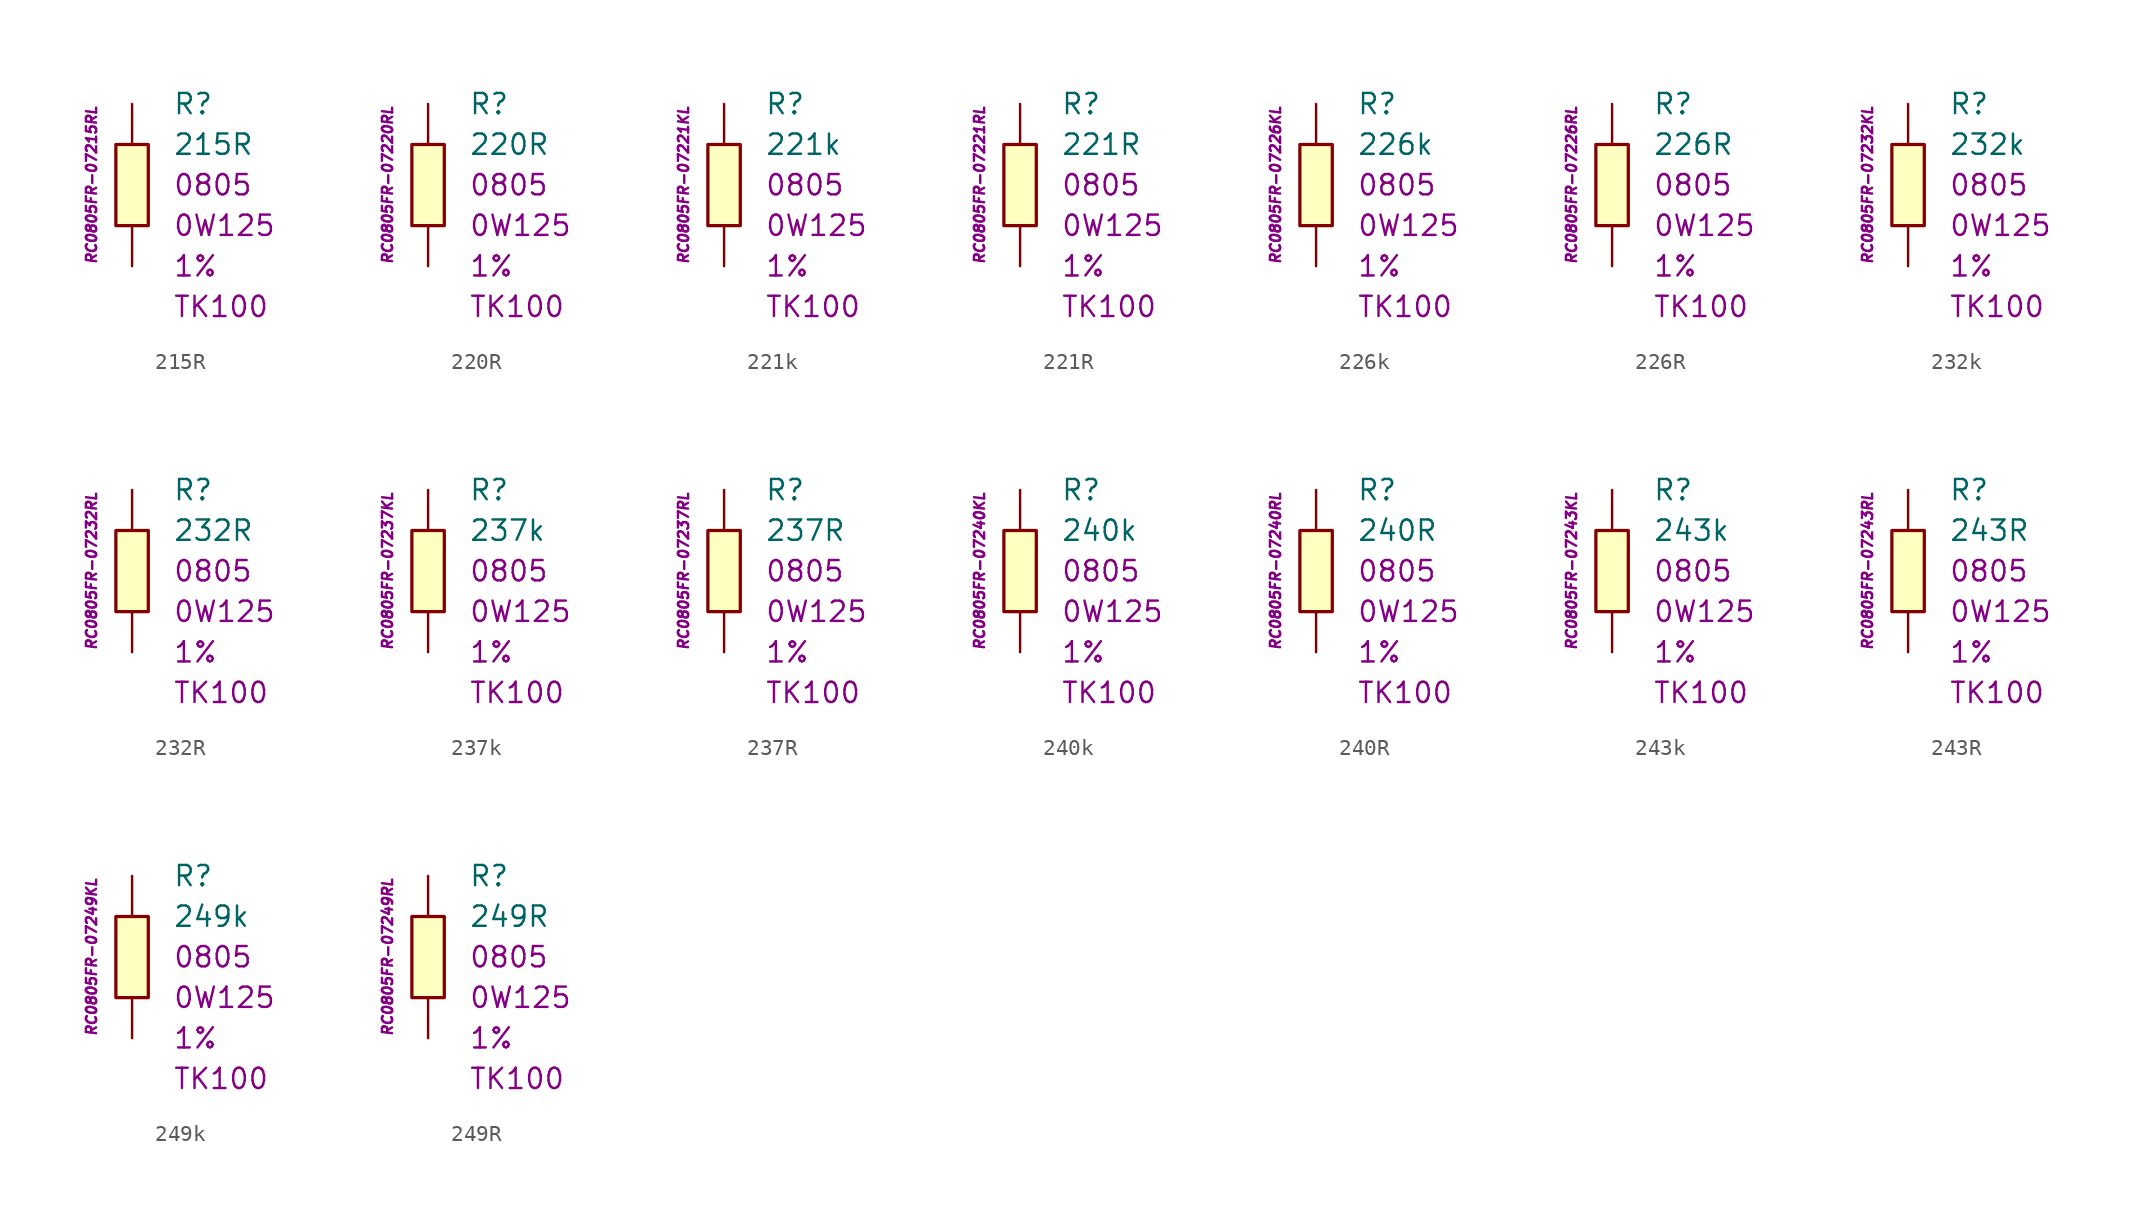
<source format=kicad_sym>
(kicad_symbol_lib
  (version 20201005)
  (generator kicad_symbol_editor)
  (symbol "215R"
    (pin_numbers hide)
    (pin_names
      (offset 1.016) hide)
    (property "Reference" "R"
      (at 2.54 5.08 0)
      (effects (font (size 1.27 1.27)) (justify left)))
    (property "Value" "215R"
      (at 2.54 2.54 0)
      (effects (font (size 1.27 1.27)) (justify left)))
    (property "Package" "0805"
      (at 2.54 0 0)
      (effects (font (size 1.27 1.27)) (justify left)))
    (property "Power" "0W125"
      (at 2.54 -2.54 0)
      (effects (font (size 1.27 1.27)) (justify left)))
    (property "Tolerance" "1%"
      (at 2.54 -5.08 0)
      (effects (font (size 1.27 1.27)) (justify left)))
    (property "TK" "TK100"
      (at 2.54 -7.62 0)
      (effects (font (size 1.27 1.27)) (justify left)))
    (property "ID" "RC0805FR-07215RL"
      (at -2.54 0 90)
      (effects (font (size 0.635 0.635) italic)))
    (symbol "215R_0_1"
      (rectangle (start -1.016 2.54) (end 1.016 -2.54) (stroke (width 0.203)) (fill (type background))))
    (symbol "215R_1_1"
      (pin passive line (at 0 5.08 270) (length 2.54) (name "~" (effects (font (size 1.778 1.778)))) (number "1" (effects (font (size 1.778 1.778)))))
      (pin passive line (at 0 -5.08 90) (length 2.54) (name "~" (effects (font (size 1.778 1.778)))) (number "2" (effects (font (size 1.778 1.778)))))))
  (symbol "220R"
    (pin_numbers hide)
    (pin_names
      (offset 1.016) hide)
    (property "Reference" "R"
      (at 2.54 5.08 0)
      (effects (font (size 1.27 1.27)) (justify left)))
    (property "Value" "220R"
      (at 2.54 2.54 0)
      (effects (font (size 1.27 1.27)) (justify left)))
    (property "Package" "0805"
      (at 2.54 0 0)
      (effects (font (size 1.27 1.27)) (justify left)))
    (property "Power" "0W125"
      (at 2.54 -2.54 0)
      (effects (font (size 1.27 1.27)) (justify left)))
    (property "Tolerance" "1%"
      (at 2.54 -5.08 0)
      (effects (font (size 1.27 1.27)) (justify left)))
    (property "TK" "TK100"
      (at 2.54 -7.62 0)
      (effects (font (size 1.27 1.27)) (justify left)))
    (property "ID" "RC0805FR-07220RL"
      (at -2.54 0 90)
      (effects (font (size 0.635 0.635) italic)))
    (symbol "220R_0_1"
      (rectangle (start -1.016 2.54) (end 1.016 -2.54) (stroke (width 0.203)) (fill (type background))))
    (symbol "220R_1_1"
      (pin passive line (at 0 5.08 270) (length 2.54) (name "~" (effects (font (size 1.778 1.778)))) (number "1" (effects (font (size 1.778 1.778)))))
      (pin passive line (at 0 -5.08 90) (length 2.54) (name "~" (effects (font (size 1.778 1.778)))) (number "2" (effects (font (size 1.778 1.778)))))))
  (symbol "221k"
    (pin_numbers hide)
    (pin_names
      (offset 1.016) hide)
    (property "Reference" "R"
      (at 2.54 5.08 0)
      (effects (font (size 1.27 1.27)) (justify left)))
    (property "Value" "221k"
      (at 2.54 2.54 0)
      (effects (font (size 1.27 1.27)) (justify left)))
    (property "Package" "0805"
      (at 2.54 0 0)
      (effects (font (size 1.27 1.27)) (justify left)))
    (property "Power" "0W125"
      (at 2.54 -2.54 0)
      (effects (font (size 1.27 1.27)) (justify left)))
    (property "Tolerance" "1%"
      (at 2.54 -5.08 0)
      (effects (font (size 1.27 1.27)) (justify left)))
    (property "TK" "TK100"
      (at 2.54 -7.62 0)
      (effects (font (size 1.27 1.27)) (justify left)))
    (property "ID" "RC0805FR-07221KL"
      (at -2.54 0 90)
      (effects (font (size 0.635 0.635) italic)))
    (symbol "221k_0_1"
      (rectangle (start -1.016 2.54) (end 1.016 -2.54) (stroke (width 0.203)) (fill (type background))))
    (symbol "221k_1_1"
      (pin passive line (at 0 5.08 270) (length 2.54) (name "~" (effects (font (size 1.778 1.778)))) (number "1" (effects (font (size 1.778 1.778)))))
      (pin passive line (at 0 -5.08 90) (length 2.54) (name "~" (effects (font (size 1.778 1.778)))) (number "2" (effects (font (size 1.778 1.778)))))))
  (symbol "221R"
    (pin_numbers hide)
    (pin_names
      (offset 1.016) hide)
    (property "Reference" "R"
      (at 2.54 5.08 0)
      (effects (font (size 1.27 1.27)) (justify left)))
    (property "Value" "221R"
      (at 2.54 2.54 0)
      (effects (font (size 1.27 1.27)) (justify left)))
    (property "Package" "0805"
      (at 2.54 0 0)
      (effects (font (size 1.27 1.27)) (justify left)))
    (property "Power" "0W125"
      (at 2.54 -2.54 0)
      (effects (font (size 1.27 1.27)) (justify left)))
    (property "Tolerance" "1%"
      (at 2.54 -5.08 0)
      (effects (font (size 1.27 1.27)) (justify left)))
    (property "TK" "TK100"
      (at 2.54 -7.62 0)
      (effects (font (size 1.27 1.27)) (justify left)))
    (property "ID" "RC0805FR-07221RL"
      (at -2.54 0 90)
      (effects (font (size 0.635 0.635) italic)))
    (symbol "221R_0_1"
      (rectangle (start -1.016 2.54) (end 1.016 -2.54) (stroke (width 0.203)) (fill (type background))))
    (symbol "221R_1_1"
      (pin passive line (at 0 5.08 270) (length 2.54) (name "~" (effects (font (size 1.778 1.778)))) (number "1" (effects (font (size 1.778 1.778)))))
      (pin passive line (at 0 -5.08 90) (length 2.54) (name "~" (effects (font (size 1.778 1.778)))) (number "2" (effects (font (size 1.778 1.778)))))))
  (symbol "226k"
    (pin_numbers hide)
    (pin_names
      (offset 1.016) hide)
    (property "Reference" "R"
      (at 2.54 5.08 0)
      (effects (font (size 1.27 1.27)) (justify left)))
    (property "Value" "226k"
      (at 2.54 2.54 0)
      (effects (font (size 1.27 1.27)) (justify left)))
    (property "Package" "0805"
      (at 2.54 0 0)
      (effects (font (size 1.27 1.27)) (justify left)))
    (property "Power" "0W125"
      (at 2.54 -2.54 0)
      (effects (font (size 1.27 1.27)) (justify left)))
    (property "Tolerance" "1%"
      (at 2.54 -5.08 0)
      (effects (font (size 1.27 1.27)) (justify left)))
    (property "TK" "TK100"
      (at 2.54 -7.62 0)
      (effects (font (size 1.27 1.27)) (justify left)))
    (property "ID" "RC0805FR-07226KL"
      (at -2.54 0 90)
      (effects (font (size 0.635 0.635) italic)))
    (symbol "226k_0_1"
      (rectangle (start -1.016 2.54) (end 1.016 -2.54) (stroke (width 0.203)) (fill (type background))))
    (symbol "226k_1_1"
      (pin passive line (at 0 5.08 270) (length 2.54) (name "~" (effects (font (size 1.778 1.778)))) (number "1" (effects (font (size 1.778 1.778)))))
      (pin passive line (at 0 -5.08 90) (length 2.54) (name "~" (effects (font (size 1.778 1.778)))) (number "2" (effects (font (size 1.778 1.778)))))))
  (symbol "226R"
    (pin_numbers hide)
    (pin_names
      (offset 1.016) hide)
    (property "Reference" "R"
      (at 2.54 5.08 0)
      (effects (font (size 1.27 1.27)) (justify left)))
    (property "Value" "226R"
      (at 2.54 2.54 0)
      (effects (font (size 1.27 1.27)) (justify left)))
    (property "Package" "0805"
      (at 2.54 0 0)
      (effects (font (size 1.27 1.27)) (justify left)))
    (property "Power" "0W125"
      (at 2.54 -2.54 0)
      (effects (font (size 1.27 1.27)) (justify left)))
    (property "Tolerance" "1%"
      (at 2.54 -5.08 0)
      (effects (font (size 1.27 1.27)) (justify left)))
    (property "TK" "TK100"
      (at 2.54 -7.62 0)
      (effects (font (size 1.27 1.27)) (justify left)))
    (property "ID" "RC0805FR-07226RL"
      (at -2.54 0 90)
      (effects (font (size 0.635 0.635) italic)))
    (symbol "226R_0_1"
      (rectangle (start -1.016 2.54) (end 1.016 -2.54) (stroke (width 0.203)) (fill (type background))))
    (symbol "226R_1_1"
      (pin passive line (at 0 5.08 270) (length 2.54) (name "~" (effects (font (size 1.778 1.778)))) (number "1" (effects (font (size 1.778 1.778)))))
      (pin passive line (at 0 -5.08 90) (length 2.54) (name "~" (effects (font (size 1.778 1.778)))) (number "2" (effects (font (size 1.778 1.778)))))))
  (symbol "232k"
    (pin_numbers hide)
    (pin_names
      (offset 1.016) hide)
    (property "Reference" "R"
      (at 2.54 5.08 0)
      (effects (font (size 1.27 1.27)) (justify left)))
    (property "Value" "232k"
      (at 2.54 2.54 0)
      (effects (font (size 1.27 1.27)) (justify left)))
    (property "Package" "0805"
      (at 2.54 0 0)
      (effects (font (size 1.27 1.27)) (justify left)))
    (property "Power" "0W125"
      (at 2.54 -2.54 0)
      (effects (font (size 1.27 1.27)) (justify left)))
    (property "Tolerance" "1%"
      (at 2.54 -5.08 0)
      (effects (font (size 1.27 1.27)) (justify left)))
    (property "TK" "TK100"
      (at 2.54 -7.62 0)
      (effects (font (size 1.27 1.27)) (justify left)))
    (property "ID" "RC0805FR-07232KL"
      (at -2.54 0 90)
      (effects (font (size 0.635 0.635) italic)))
    (symbol "232k_0_1"
      (rectangle (start -1.016 2.54) (end 1.016 -2.54) (stroke (width 0.203)) (fill (type background))))
    (symbol "232k_1_1"
      (pin passive line (at 0 5.08 270) (length 2.54) (name "~" (effects (font (size 1.778 1.778)))) (number "1" (effects (font (size 1.778 1.778)))))
      (pin passive line (at 0 -5.08 90) (length 2.54) (name "~" (effects (font (size 1.778 1.778)))) (number "2" (effects (font (size 1.778 1.778)))))))
  (symbol "232R"
    (pin_numbers hide)
    (pin_names
      (offset 1.016) hide)
    (property "Reference" "R"
      (at 2.54 5.08 0)
      (effects (font (size 1.27 1.27)) (justify left)))
    (property "Value" "232R"
      (at 2.54 2.54 0)
      (effects (font (size 1.27 1.27)) (justify left)))
    (property "Package" "0805"
      (at 2.54 0 0)
      (effects (font (size 1.27 1.27)) (justify left)))
    (property "Power" "0W125"
      (at 2.54 -2.54 0)
      (effects (font (size 1.27 1.27)) (justify left)))
    (property "Tolerance" "1%"
      (at 2.54 -5.08 0)
      (effects (font (size 1.27 1.27)) (justify left)))
    (property "TK" "TK100"
      (at 2.54 -7.62 0)
      (effects (font (size 1.27 1.27)) (justify left)))
    (property "ID" "RC0805FR-07232RL"
      (at -2.54 0 90)
      (effects (font (size 0.635 0.635) italic)))
    (symbol "232R_0_1"
      (rectangle (start -1.016 2.54) (end 1.016 -2.54) (stroke (width 0.203)) (fill (type background))))
    (symbol "232R_1_1"
      (pin passive line (at 0 5.08 270) (length 2.54) (name "~" (effects (font (size 1.778 1.778)))) (number "1" (effects (font (size 1.778 1.778)))))
      (pin passive line (at 0 -5.08 90) (length 2.54) (name "~" (effects (font (size 1.778 1.778)))) (number "2" (effects (font (size 1.778 1.778)))))))
  (symbol "237k"
    (pin_numbers hide)
    (pin_names
      (offset 1.016) hide)
    (property "Reference" "R"
      (at 2.54 5.08 0)
      (effects (font (size 1.27 1.27)) (justify left)))
    (property "Value" "237k"
      (at 2.54 2.54 0)
      (effects (font (size 1.27 1.27)) (justify left)))
    (property "Package" "0805"
      (at 2.54 0 0)
      (effects (font (size 1.27 1.27)) (justify left)))
    (property "Power" "0W125"
      (at 2.54 -2.54 0)
      (effects (font (size 1.27 1.27)) (justify left)))
    (property "Tolerance" "1%"
      (at 2.54 -5.08 0)
      (effects (font (size 1.27 1.27)) (justify left)))
    (property "TK" "TK100"
      (at 2.54 -7.62 0)
      (effects (font (size 1.27 1.27)) (justify left)))
    (property "ID" "RC0805FR-07237KL"
      (at -2.54 0 90)
      (effects (font (size 0.635 0.635) italic)))
    (symbol "237k_0_1"
      (rectangle (start -1.016 2.54) (end 1.016 -2.54) (stroke (width 0.203)) (fill (type background))))
    (symbol "237k_1_1"
      (pin passive line (at 0 5.08 270) (length 2.54) (name "~" (effects (font (size 1.778 1.778)))) (number "1" (effects (font (size 1.778 1.778)))))
      (pin passive line (at 0 -5.08 90) (length 2.54) (name "~" (effects (font (size 1.778 1.778)))) (number "2" (effects (font (size 1.778 1.778)))))))
  (symbol "237R"
    (pin_numbers hide)
    (pin_names
      (offset 1.016) hide)
    (property "Reference" "R"
      (at 2.54 5.08 0)
      (effects (font (size 1.27 1.27)) (justify left)))
    (property "Value" "237R"
      (at 2.54 2.54 0)
      (effects (font (size 1.27 1.27)) (justify left)))
    (property "Package" "0805"
      (at 2.54 0 0)
      (effects (font (size 1.27 1.27)) (justify left)))
    (property "Power" "0W125"
      (at 2.54 -2.54 0)
      (effects (font (size 1.27 1.27)) (justify left)))
    (property "Tolerance" "1%"
      (at 2.54 -5.08 0)
      (effects (font (size 1.27 1.27)) (justify left)))
    (property "TK" "TK100"
      (at 2.54 -7.62 0)
      (effects (font (size 1.27 1.27)) (justify left)))
    (property "ID" "RC0805FR-07237RL"
      (at -2.54 0 90)
      (effects (font (size 0.635 0.635) italic)))
    (symbol "237R_0_1"
      (rectangle (start -1.016 2.54) (end 1.016 -2.54) (stroke (width 0.203)) (fill (type background))))
    (symbol "237R_1_1"
      (pin passive line (at 0 5.08 270) (length 2.54) (name "~" (effects (font (size 1.778 1.778)))) (number "1" (effects (font (size 1.778 1.778)))))
      (pin passive line (at 0 -5.08 90) (length 2.54) (name "~" (effects (font (size 1.778 1.778)))) (number "2" (effects (font (size 1.778 1.778)))))))
  (symbol "240k"
    (pin_numbers hide)
    (pin_names
      (offset 1.016) hide)
    (property "Reference" "R"
      (at 2.54 5.08 0)
      (effects (font (size 1.27 1.27)) (justify left)))
    (property "Value" "240k"
      (at 2.54 2.54 0)
      (effects (font (size 1.27 1.27)) (justify left)))
    (property "Package" "0805"
      (at 2.54 0 0)
      (effects (font (size 1.27 1.27)) (justify left)))
    (property "Power" "0W125"
      (at 2.54 -2.54 0)
      (effects (font (size 1.27 1.27)) (justify left)))
    (property "Tolerance" "1%"
      (at 2.54 -5.08 0)
      (effects (font (size 1.27 1.27)) (justify left)))
    (property "TK" "TK100"
      (at 2.54 -7.62 0)
      (effects (font (size 1.27 1.27)) (justify left)))
    (property "ID" "RC0805FR-07240KL"
      (at -2.54 0 90)
      (effects (font (size 0.635 0.635) italic)))
    (symbol "240k_0_1"
      (rectangle (start -1.016 2.54) (end 1.016 -2.54) (stroke (width 0.203)) (fill (type background))))
    (symbol "240k_1_1"
      (pin passive line (at 0 5.08 270) (length 2.54) (name "~" (effects (font (size 1.778 1.778)))) (number "1" (effects (font (size 1.778 1.778)))))
      (pin passive line (at 0 -5.08 90) (length 2.54) (name "~" (effects (font (size 1.778 1.778)))) (number "2" (effects (font (size 1.778 1.778)))))))
  (symbol "240R"
    (pin_numbers hide)
    (pin_names
      (offset 1.016) hide)
    (property "Reference" "R"
      (at 2.54 5.08 0)
      (effects (font (size 1.27 1.27)) (justify left)))
    (property "Value" "240R"
      (at 2.54 2.54 0)
      (effects (font (size 1.27 1.27)) (justify left)))
    (property "Package" "0805"
      (at 2.54 0 0)
      (effects (font (size 1.27 1.27)) (justify left)))
    (property "Power" "0W125"
      (at 2.54 -2.54 0)
      (effects (font (size 1.27 1.27)) (justify left)))
    (property "Tolerance" "1%"
      (at 2.54 -5.08 0)
      (effects (font (size 1.27 1.27)) (justify left)))
    (property "TK" "TK100"
      (at 2.54 -7.62 0)
      (effects (font (size 1.27 1.27)) (justify left)))
    (property "ID" "RC0805FR-07240RL"
      (at -2.54 0 90)
      (effects (font (size 0.635 0.635) italic)))
    (symbol "240R_0_1"
      (rectangle (start -1.016 2.54) (end 1.016 -2.54) (stroke (width 0.203)) (fill (type background))))
    (symbol "240R_1_1"
      (pin passive line (at 0 5.08 270) (length 2.54) (name "~" (effects (font (size 1.778 1.778)))) (number "1" (effects (font (size 1.778 1.778)))))
      (pin passive line (at 0 -5.08 90) (length 2.54) (name "~" (effects (font (size 1.778 1.778)))) (number "2" (effects (font (size 1.778 1.778)))))))
  (symbol "243k"
    (pin_numbers hide)
    (pin_names
      (offset 1.016) hide)
    (property "Reference" "R"
      (at 2.54 5.08 0)
      (effects (font (size 1.27 1.27)) (justify left)))
    (property "Value" "243k"
      (at 2.54 2.54 0)
      (effects (font (size 1.27 1.27)) (justify left)))
    (property "Package" "0805"
      (at 2.54 0 0)
      (effects (font (size 1.27 1.27)) (justify left)))
    (property "Power" "0W125"
      (at 2.54 -2.54 0)
      (effects (font (size 1.27 1.27)) (justify left)))
    (property "Tolerance" "1%"
      (at 2.54 -5.08 0)
      (effects (font (size 1.27 1.27)) (justify left)))
    (property "TK" "TK100"
      (at 2.54 -7.62 0)
      (effects (font (size 1.27 1.27)) (justify left)))
    (property "ID" "RC0805FR-07243KL"
      (at -2.54 0 90)
      (effects (font (size 0.635 0.635) italic)))
    (symbol "243k_0_1"
      (rectangle (start -1.016 2.54) (end 1.016 -2.54) (stroke (width 0.203)) (fill (type background))))
    (symbol "243k_1_1"
      (pin passive line (at 0 5.08 270) (length 2.54) (name "~" (effects (font (size 1.778 1.778)))) (number "1" (effects (font (size 1.778 1.778)))))
      (pin passive line (at 0 -5.08 90) (length 2.54) (name "~" (effects (font (size 1.778 1.778)))) (number "2" (effects (font (size 1.778 1.778)))))))
  (symbol "243R"
    (pin_numbers hide)
    (pin_names
      (offset 1.016) hide)
    (property "Reference" "R"
      (at 2.54 5.08 0)
      (effects (font (size 1.27 1.27)) (justify left)))
    (property "Value" "243R"
      (at 2.54 2.54 0)
      (effects (font (size 1.27 1.27)) (justify left)))
    (property "Package" "0805"
      (at 2.54 0 0)
      (effects (font (size 1.27 1.27)) (justify left)))
    (property "Power" "0W125"
      (at 2.54 -2.54 0)
      (effects (font (size 1.27 1.27)) (justify left)))
    (property "Tolerance" "1%"
      (at 2.54 -5.08 0)
      (effects (font (size 1.27 1.27)) (justify left)))
    (property "TK" "TK100"
      (at 2.54 -7.62 0)
      (effects (font (size 1.27 1.27)) (justify left)))
    (property "ID" "RC0805FR-07243RL"
      (at -2.54 0 90)
      (effects (font (size 0.635 0.635) italic)))
    (symbol "243R_0_1"
      (rectangle (start -1.016 2.54) (end 1.016 -2.54) (stroke (width 0.203)) (fill (type background))))
    (symbol "243R_1_1"
      (pin passive line (at 0 5.08 270) (length 2.54) (name "~" (effects (font (size 1.778 1.778)))) (number "1" (effects (font (size 1.778 1.778)))))
      (pin passive line (at 0 -5.08 90) (length 2.54) (name "~" (effects (font (size 1.778 1.778)))) (number "2" (effects (font (size 1.778 1.778)))))))
  (symbol "249k"
    (pin_numbers hide)
    (pin_names
      (offset 1.016) hide)
    (property "Reference" "R"
      (at 2.54 5.08 0)
      (effects (font (size 1.27 1.27)) (justify left)))
    (property "Value" "249k"
      (at 2.54 2.54 0)
      (effects (font (size 1.27 1.27)) (justify left)))
    (property "Package" "0805"
      (at 2.54 0 0)
      (effects (font (size 1.27 1.27)) (justify left)))
    (property "Power" "0W125"
      (at 2.54 -2.54 0)
      (effects (font (size 1.27 1.27)) (justify left)))
    (property "Tolerance" "1%"
      (at 2.54 -5.08 0)
      (effects (font (size 1.27 1.27)) (justify left)))
    (property "TK" "TK100"
      (at 2.54 -7.62 0)
      (effects (font (size 1.27 1.27)) (justify left)))
    (property "ID" "RC0805FR-07249KL"
      (at -2.54 0 90)
      (effects (font (size 0.635 0.635) italic)))
    (symbol "249k_0_1"
      (rectangle (start -1.016 2.54) (end 1.016 -2.54) (stroke (width 0.203)) (fill (type background))))
    (symbol "249k_1_1"
      (pin passive line (at 0 5.08 270) (length 2.54) (name "~" (effects (font (size 1.778 1.778)))) (number "1" (effects (font (size 1.778 1.778)))))
      (pin passive line (at 0 -5.08 90) (length 2.54) (name "~" (effects (font (size 1.778 1.778)))) (number "2" (effects (font (size 1.778 1.778)))))))
  (symbol "249R"
    (pin_numbers hide)
    (pin_names
      (offset 1.016) hide)
    (property "Reference" "R"
      (at 2.54 5.08 0)
      (effects (font (size 1.27 1.27)) (justify left)))
    (property "Value" "249R"
      (at 2.54 2.54 0)
      (effects (font (size 1.27 1.27)) (justify left)))
    (property "Package" "0805"
      (at 2.54 0 0)
      (effects (font (size 1.27 1.27)) (justify left)))
    (property "Power" "0W125"
      (at 2.54 -2.54 0)
      (effects (font (size 1.27 1.27)) (justify left)))
    (property "Tolerance" "1%"
      (at 2.54 -5.08 0)
      (effects (font (size 1.27 1.27)) (justify left)))
    (property "TK" "TK100"
      (at 2.54 -7.62 0)
      (effects (font (size 1.27 1.27)) (justify left)))
    (property "ID" "RC0805FR-07249RL"
      (at -2.54 0 90)
      (effects (font (size 0.635 0.635) italic)))
    (symbol "249R_0_1"
      (rectangle (start -1.016 2.54) (end 1.016 -2.54) (stroke (width 0.203)) (fill (type background))))
    (symbol "249R_1_1"
      (pin passive line (at 0 5.08 270) (length 2.54) (name "~" (effects (font (size 1.778 1.778)))) (number "1" (effects (font (size 1.778 1.778)))))
      (pin passive line (at 0 -5.08 90) (length 2.54) (name "~" (effects (font (size 1.778 1.778)))) (number "2" (effects (font (size 1.778 1.778))))))))
</source>
